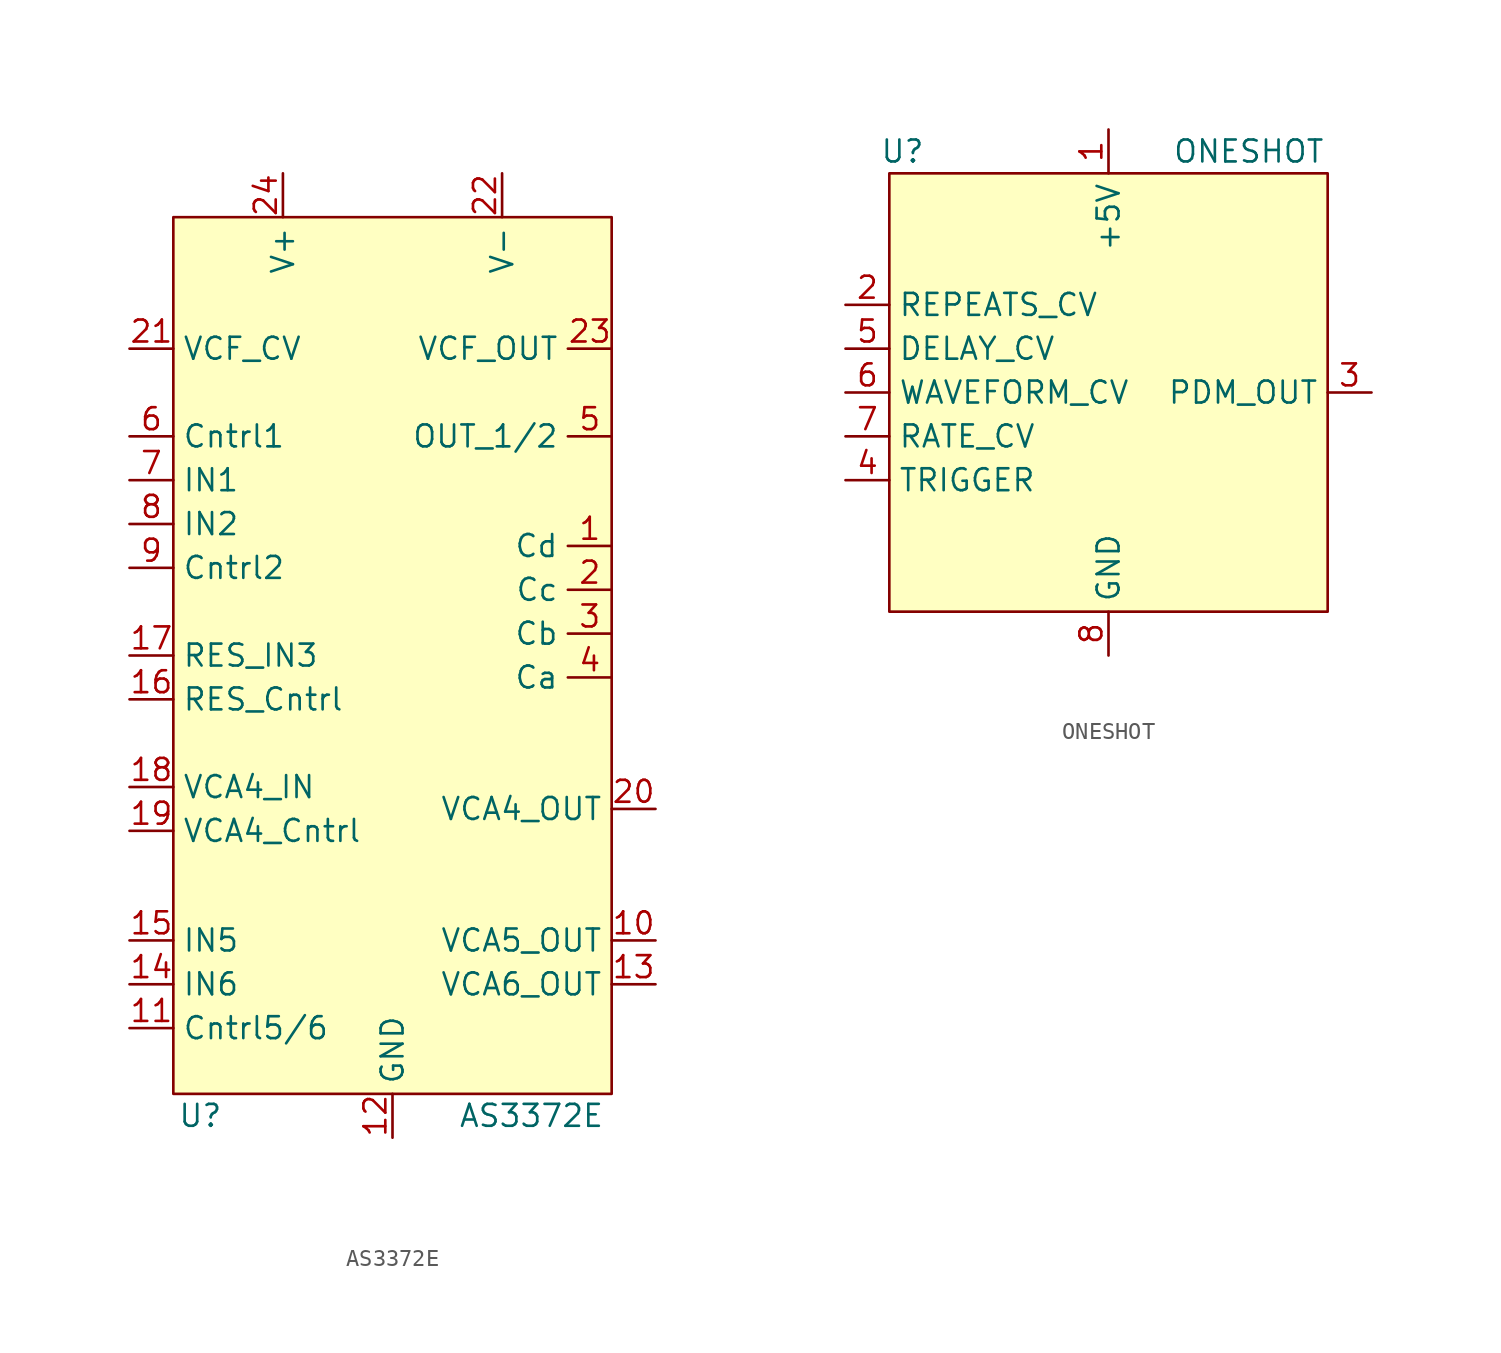
<source format=kicad_sym>
(kicad_symbol_lib
  (version 20231120)
  (generator "kicad_symbol_editor")
  (generator_version "8.0")
  (symbol "AS3372E"
    (property "Reference" "U"
      (at -12.446 -26.67 0)
      (effects (font (size 1.27 1.27)) (justify left)))
    (property "Value" "AS3372E"
      (at 3.81 -26.67 0)
      (effects (font (size 1.27 1.27)) (justify left)))
    (symbol "AS3372E_1_1"
      (rectangle (start -12.7 25.4) (end 12.7 -25.4) (stroke (width 0) (type default)) (fill (type background)))
      (pin passive line (at 12.7 6.35 180) (length 2.54) (name "Cd" (effects (font (size 1.27 1.27)))) (number "1" (effects (font (size 1.27 1.27)))))
      (pin output line (at 15.24 -16.51 180) (length 2.54) (name "VCA5_OUT" (effects (font (size 1.27 1.27)))) (number "10" (effects (font (size 1.27 1.27)))))
      (pin input line (at -15.24 -21.59 0) (length 2.54) (name "Cntrl5/6" (effects (font (size 1.27 1.27)))) (number "11" (effects (font (size 1.27 1.27)))))
      (pin power_in line (at 0 -27.94 90) (length 2.54) (name "GND" (effects (font (size 1.27 1.27)))) (number "12" (effects (font (size 1.27 1.27)))))
      (pin output line (at 15.24 -19.05 180) (length 2.54) (name "VCA6_OUT" (effects (font (size 1.27 1.27)))) (number "13" (effects (font (size 1.27 1.27)))))
      (pin input line (at -15.24 -19.05 0) (length 2.54) (name "IN6" (effects (font (size 1.27 1.27)))) (number "14" (effects (font (size 1.27 1.27)))))
      (pin input line (at -15.24 -16.51 0) (length 2.54) (name "IN5" (effects (font (size 1.27 1.27)))) (number "15" (effects (font (size 1.27 1.27)))))
      (pin input line (at -15.24 -2.54 0) (length 2.54) (name "RES_Cntrl" (effects (font (size 1.27 1.27)))) (number "16" (effects (font (size 1.27 1.27)))))
      (pin input line (at -15.24 0 0) (length 2.54) (name "RES_IN3" (effects (font (size 1.27 1.27)))) (number "17" (effects (font (size 1.27 1.27)))))
      (pin input line (at -15.24 -7.62 0) (length 2.54) (name "VCA4_IN" (effects (font (size 1.27 1.27)))) (number "18" (effects (font (size 1.27 1.27)))))
      (pin input line (at -15.24 -10.16 0) (length 2.54) (name "VCA4_Cntrl" (effects (font (size 1.27 1.27)))) (number "19" (effects (font (size 1.27 1.27)))))
      (pin passive line (at 12.7 3.81 180) (length 2.54) (name "Cc" (effects (font (size 1.27 1.27)))) (number "2" (effects (font (size 1.27 1.27)))))
      (pin output line (at 15.24 -8.89 180) (length 2.54) (name "VCA4_OUT" (effects (font (size 1.27 1.27)))) (number "20" (effects (font (size 1.27 1.27)))))
      (pin input line (at -15.24 17.78 0) (length 2.54) (name "VCF_CV" (effects (font (size 1.27 1.27)))) (number "21" (effects (font (size 1.27 1.27)))))
      (pin power_in line (at 6.35 27.94 270) (length 2.54) (name "V-" (effects (font (size 1.27 1.27)))) (number "22" (effects (font (size 1.27 1.27)))))
      (pin output line (at 12.7 17.78 180) (length 2.54) (name "VCF_OUT" (effects (font (size 1.27 1.27)))) (number "23" (effects (font (size 1.27 1.27)))))
      (pin power_in line (at -6.35 27.94 270) (length 2.54) (name "V+" (effects (font (size 1.27 1.27)))) (number "24" (effects (font (size 1.27 1.27)))))
      (pin passive line (at 12.7 1.27 180) (length 2.54) (name "Cb" (effects (font (size 1.27 1.27)))) (number "3" (effects (font (size 1.27 1.27)))))
      (pin passive line (at 12.7 -1.27 180) (length 2.54) (name "Ca" (effects (font (size 1.27 1.27)))) (number "4" (effects (font (size 1.27 1.27)))))
      (pin output line (at 12.7 12.7 180) (length 2.54) (name "OUT_1/2" (effects (font (size 1.27 1.27)))) (number "5" (effects (font (size 1.27 1.27)))))
      (pin input line (at -15.24 12.7 0) (length 2.54) (name "Cntrl1" (effects (font (size 1.27 1.27)))) (number "6" (effects (font (size 1.27 1.27)))))
      (pin input line (at -15.24 10.16 0) (length 2.54) (name "IN1" (effects (font (size 1.27 1.27)))) (number "7" (effects (font (size 1.27 1.27)))))
      (pin input line (at -15.24 7.62 0) (length 2.54) (name "IN2" (effects (font (size 1.27 1.27)))) (number "8" (effects (font (size 1.27 1.27)))))
      (pin input line (at -15.24 5.08 0) (length 2.54) (name "Cntrl2" (effects (font (size 1.27 1.27)))) (number "9" (effects (font (size 1.27 1.27)))))))
  (symbol "ONESHOT"
    (property "Reference" "U"
      (at -11.938 26.67 0)
      (effects (font (size 1.27 1.27))))
    (property "Value" "ONESHOT"
      (at 8.128 26.67 0)
      (effects (font (size 1.27 1.27))))
    (symbol "ONESHOT_0_1"
      (rectangle (start -12.7 25.4) (end 12.7 0) (stroke (width 0) (type default)) (fill (type background))))
    (symbol "ONESHOT_1_1"
      (pin power_in line (at 0 27.94 270) (length 2.54) (name "+5V" (effects (font (size 1.27 1.27)))) (number "1" (effects (font (size 1.27 1.27)))))
      (pin input line (at -15.24 17.78 0) (length 2.54) (name "REPEATS_CV" (effects (font (size 1.27 1.27)))) (number "2" (effects (font (size 1.27 1.27)))))
      (pin output line (at 15.24 12.7 180) (length 2.54) (name "PDM_OUT" (effects (font (size 1.27 1.27)))) (number "3" (effects (font (size 1.27 1.27)))))
      (pin input line (at -15.24 7.62 0) (length 2.54) (name "TRIGGER" (effects (font (size 1.27 1.27)))) (number "4" (effects (font (size 1.27 1.27)))))
      (pin input line (at -15.24 15.24 0) (length 2.54) (name "DELAY_CV" (effects (font (size 1.27 1.27)))) (number "5" (effects (font (size 1.27 1.27)))))
      (pin input line (at -15.24 12.7 0) (length 2.54) (name "WAVEFORM_CV" (effects (font (size 1.27 1.27)))) (number "6" (effects (font (size 1.27 1.27)))))
      (pin input line (at -15.24 10.16 0) (length 2.54) (name "RATE_CV" (effects (font (size 1.27 1.27)))) (number "7" (effects (font (size 1.27 1.27)))))
      (pin power_in line (at 0 -2.54 90) (length 2.54) (name "GND" (effects (font (size 1.27 1.27)))) (number "8" (effects (font (size 1.27 1.27))))))))
</source>
